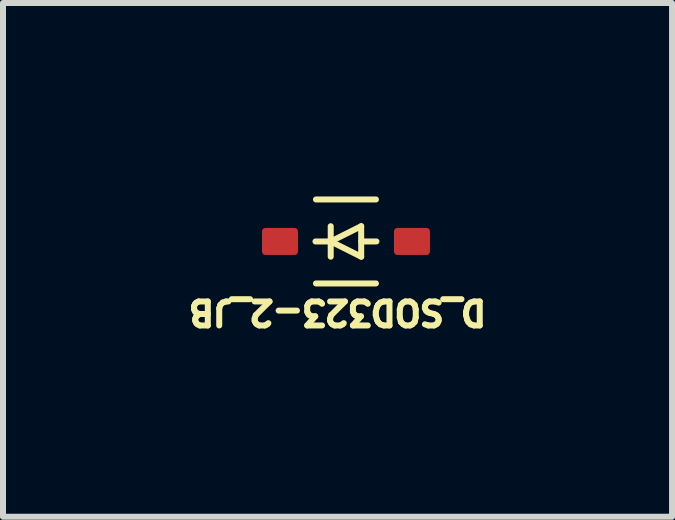
<source format=kicad_pcb>
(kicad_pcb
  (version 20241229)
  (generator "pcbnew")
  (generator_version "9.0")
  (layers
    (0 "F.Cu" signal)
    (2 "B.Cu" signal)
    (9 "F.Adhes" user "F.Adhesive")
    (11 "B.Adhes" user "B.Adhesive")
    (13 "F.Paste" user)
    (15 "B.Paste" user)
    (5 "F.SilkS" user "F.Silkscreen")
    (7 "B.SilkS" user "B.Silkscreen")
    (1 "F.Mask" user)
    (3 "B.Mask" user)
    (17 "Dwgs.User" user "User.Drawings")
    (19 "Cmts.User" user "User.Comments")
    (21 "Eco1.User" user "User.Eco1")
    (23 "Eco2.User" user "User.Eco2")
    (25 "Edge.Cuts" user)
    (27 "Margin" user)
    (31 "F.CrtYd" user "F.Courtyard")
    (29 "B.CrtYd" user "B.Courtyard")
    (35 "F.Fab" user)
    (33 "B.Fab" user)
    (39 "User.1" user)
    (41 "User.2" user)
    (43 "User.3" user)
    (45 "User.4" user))
  (footprint "D_SOD323-2_JB"
    (layer "F.Cu")
    (at 2.717 0.975)
    (property "Reference" "D_SOD323-2_JB" (at -0.141 1.18 180) (unlocked yes) (layer "F.SilkS") (effects (font (size 0.4 0.4) (thickness 0.1))))
    (fp_line (start -0.254 -0.254) (end -0.254 0.254) (stroke (width 0.1) (type solid)) (layer "F.SilkS"))
    (fp_line (start -0.254 0.00001) (end -0.508 0.00001) (stroke (width 0.1) (type solid)) (layer "F.SilkS"))
    (fp_line (start 0.254 -0.254) (end -0.254 0.00001) (stroke (width 0.1) (type solid)) (layer "F.SilkS"))
    (fp_line (start 0.254 -0.254) (end 0.254 0.254) (stroke (width 0.1) (type solid)) (layer "F.SilkS"))
    (fp_line (start 0.254 0.254) (end -0.254 0.00001) (stroke (width 0.1) (type solid)) (layer "F.SilkS"))
    (fp_line (start 0.5 -0.7) (end -0.5 -0.7) (stroke (width 0.1) (type solid)) (layer "F.SilkS"))
    (fp_line (start 0.5 0.7) (end -0.5 0.7) (stroke (width 0.1) (type solid)) (layer "F.SilkS"))
    (fp_line (start 0.508 0.00001) (end 0.254 0.00001) (stroke (width 0.1) (type solid)) (layer "F.SilkS"))
    (fp_line (start -1.651 -0.95) (end -1.651 0.95) (stroke (width 0.05) (type solid)) (layer "User.2"))
    (fp_line (start 1.651 -0.95) (end -1.651 -0.95) (stroke (width 0.05) (type solid)) (layer "User.2"))
    (fp_line (start 1.651 -0.95) (end 1.651 0.95) (stroke (width 0.05) (type solid)) (layer "User.2"))
    (fp_line (start 1.651 0.95) (end -1.651 0.95) (stroke (width 0.05) (type solid)) (layer "User.2"))
    (fp_line (start -0.00001 -0.5) (end -0.00001 0.5) (stroke (width 0.1) (type solid)) (layer "User.3"))
    (fp_line (start 0.5 0.00001) (end -0.5 0.00001) (stroke (width 0.1) (type solid)) (layer "User.3"))
    (fp_line (start -0.9 -0.7) (end -0.9 0.7) (stroke (width 0.1) (type solid)) (layer "User.4"))
    (fp_line (start 0.9 -0.7) (end -0.9 -0.7) (stroke (width 0.1) (type solid)) (layer "User.4"))
    (fp_line (start 0.9 -0.7) (end 0.9 0.7) (stroke (width 0.1) (type solid)) (layer "User.4"))
    (fp_line (start 0.9 0.7) (end -0.9 0.7) (stroke (width 0.1) (type solid)) (layer "User.4"))
    (fp_poly (pts (xy -1.397 -0.254) (xy -0.762 -0.254) (xy -0.762 0.254) (xy -1.397 0.254)) (stroke (width 0.1) (type default)) (fill no) (layer "User.6"))
    (pad "1" smd roundrect (at -1.1 0.00001 90) (size 0.45 0.6) (layers "F.Cu" "F.Mask" "F.Paste") (roundrect_rratio 0.125))
    (pad "2" smd roundrect (at 1.1 0.00001 90) (size 0.45 0.6) (layers "F.Cu" "F.Mask" "F.Paste") (roundrect_rratio 0.125)))
  (gr_rect
    (start -3 -3)
    (end 8.153 5.564)
    (stroke (width 0.1) (type default))
    (fill no)
    (layer "Edge.Cuts")))
</source>
